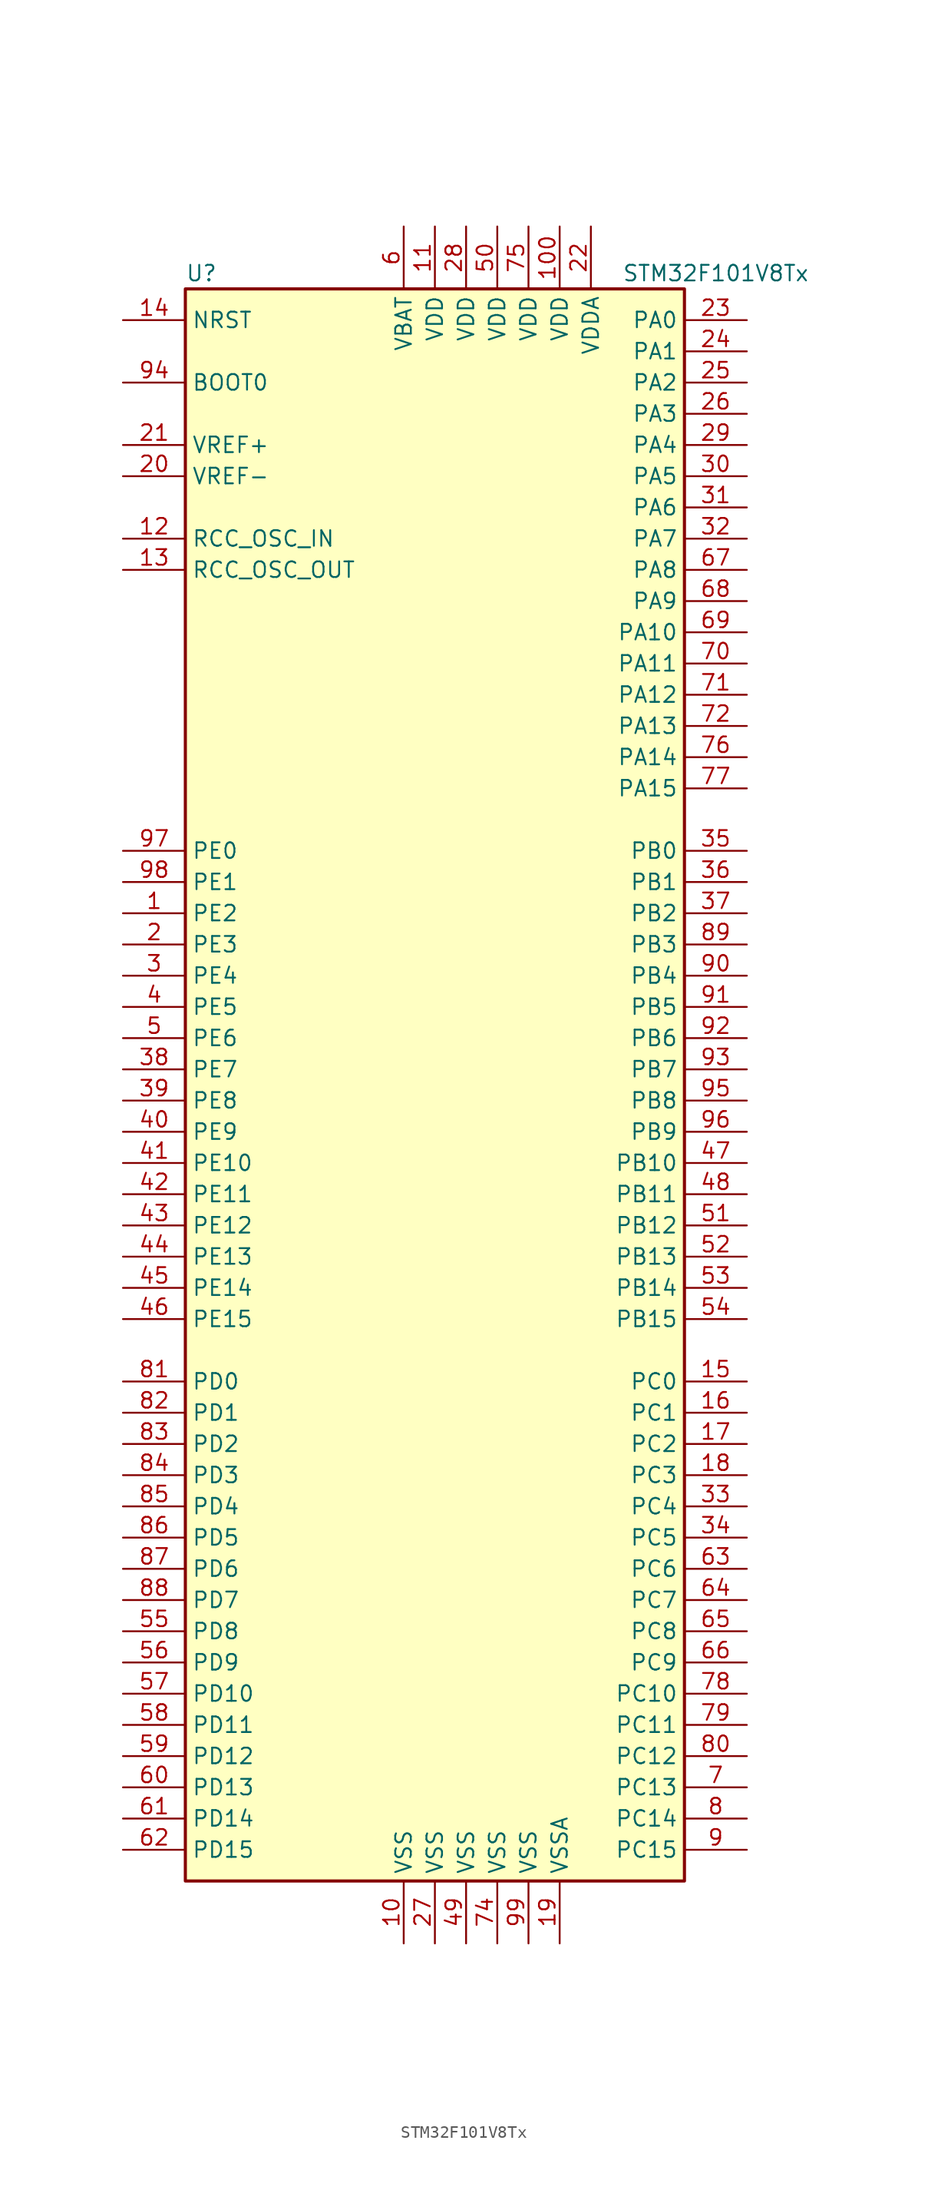
<source format=kicad_sym>
(kicad_symbol_lib
  (version 20201005)
  (generator kicad_symbol_editor)
  (symbol "STM32F101V8Tx"
    (property "Reference" "U"
      (at -20.32 64.77 0)
      (effects (font (size 1.27 1.27)) (justify left)))
    (property "Value" "STM32F101V8Tx"
      (at 15.24 64.77 0)
      (effects (font (size 1.27 1.27)) (justify left)))
    (symbol "STM32F101V8Tx_0_1"
      (rectangle (start -20.32 -66.04) (end 20.32 63.5) (stroke (width 0.254)) (fill (type background))))
    (symbol "STM32F101V8Tx_1_1"
      (pin input line (at -25.4 55.88 0) (length 5.08) (name "BOOT0" (effects (font (size 1.27 1.27)))) (number "94" (effects (font (size 1.27 1.27)))))
      (pin no_connect line (at -20.32 -63.5 0) (length 5.08) hide (name "NC" (effects (font (size 1.27 1.27)))) (number "73" (effects (font (size 1.27 1.27)))))
      (pin input line (at -25.4 60.96 0) (length 5.08) (name "NRST" (effects (font (size 1.27 1.27)))) (number "14" (effects (font (size 1.27 1.27)))))
      (pin bidirectional line (at 25.4 60.96 180) (length 5.08) (name "PA0" (effects (font (size 1.27 1.27)))) (number "23" (effects (font (size 1.27 1.27)))))
      (pin bidirectional line (at 25.4 58.42 180) (length 5.08) (name "PA1" (effects (font (size 1.27 1.27)))) (number "24" (effects (font (size 1.27 1.27)))))
      (pin bidirectional line (at 25.4 35.56 180) (length 5.08) (name "PA10" (effects (font (size 1.27 1.27)))) (number "69" (effects (font (size 1.27 1.27)))))
      (pin bidirectional line (at 25.4 33.02 180) (length 5.08) (name "PA11" (effects (font (size 1.27 1.27)))) (number "70" (effects (font (size 1.27 1.27)))))
      (pin bidirectional line (at 25.4 30.48 180) (length 5.08) (name "PA12" (effects (font (size 1.27 1.27)))) (number "71" (effects (font (size 1.27 1.27)))))
      (pin bidirectional line (at 25.4 27.94 180) (length 5.08) (name "PA13" (effects (font (size 1.27 1.27)))) (number "72" (effects (font (size 1.27 1.27)))))
      (pin bidirectional line (at 25.4 25.4 180) (length 5.08) (name "PA14" (effects (font (size 1.27 1.27)))) (number "76" (effects (font (size 1.27 1.27)))))
      (pin bidirectional line (at 25.4 22.86 180) (length 5.08) (name "PA15" (effects (font (size 1.27 1.27)))) (number "77" (effects (font (size 1.27 1.27)))))
      (pin bidirectional line (at 25.4 55.88 180) (length 5.08) (name "PA2" (effects (font (size 1.27 1.27)))) (number "25" (effects (font (size 1.27 1.27)))))
      (pin bidirectional line (at 25.4 53.34 180) (length 5.08) (name "PA3" (effects (font (size 1.27 1.27)))) (number "26" (effects (font (size 1.27 1.27)))))
      (pin bidirectional line (at 25.4 50.8 180) (length 5.08) (name "PA4" (effects (font (size 1.27 1.27)))) (number "29" (effects (font (size 1.27 1.27)))))
      (pin bidirectional line (at 25.4 48.26 180) (length 5.08) (name "PA5" (effects (font (size 1.27 1.27)))) (number "30" (effects (font (size 1.27 1.27)))))
      (pin bidirectional line (at 25.4 45.72 180) (length 5.08) (name "PA6" (effects (font (size 1.27 1.27)))) (number "31" (effects (font (size 1.27 1.27)))))
      (pin bidirectional line (at 25.4 43.18 180) (length 5.08) (name "PA7" (effects (font (size 1.27 1.27)))) (number "32" (effects (font (size 1.27 1.27)))))
      (pin bidirectional line (at 25.4 40.64 180) (length 5.08) (name "PA8" (effects (font (size 1.27 1.27)))) (number "67" (effects (font (size 1.27 1.27)))))
      (pin bidirectional line (at 25.4 38.1 180) (length 5.08) (name "PA9" (effects (font (size 1.27 1.27)))) (number "68" (effects (font (size 1.27 1.27)))))
      (pin bidirectional line (at 25.4 17.78 180) (length 5.08) (name "PB0" (effects (font (size 1.27 1.27)))) (number "35" (effects (font (size 1.27 1.27)))))
      (pin bidirectional line (at 25.4 15.24 180) (length 5.08) (name "PB1" (effects (font (size 1.27 1.27)))) (number "36" (effects (font (size 1.27 1.27)))))
      (pin bidirectional line (at 25.4 -7.62 180) (length 5.08) (name "PB10" (effects (font (size 1.27 1.27)))) (number "47" (effects (font (size 1.27 1.27)))))
      (pin bidirectional line (at 25.4 -10.16 180) (length 5.08) (name "PB11" (effects (font (size 1.27 1.27)))) (number "48" (effects (font (size 1.27 1.27)))))
      (pin bidirectional line (at 25.4 -12.7 180) (length 5.08) (name "PB12" (effects (font (size 1.27 1.27)))) (number "51" (effects (font (size 1.27 1.27)))))
      (pin bidirectional line (at 25.4 -15.24 180) (length 5.08) (name "PB13" (effects (font (size 1.27 1.27)))) (number "52" (effects (font (size 1.27 1.27)))))
      (pin bidirectional line (at 25.4 -17.78 180) (length 5.08) (name "PB14" (effects (font (size 1.27 1.27)))) (number "53" (effects (font (size 1.27 1.27)))))
      (pin bidirectional line (at 25.4 -20.32 180) (length 5.08) (name "PB15" (effects (font (size 1.27 1.27)))) (number "54" (effects (font (size 1.27 1.27)))))
      (pin bidirectional line (at 25.4 12.7 180) (length 5.08) (name "PB2" (effects (font (size 1.27 1.27)))) (number "37" (effects (font (size 1.27 1.27)))))
      (pin bidirectional line (at 25.4 10.16 180) (length 5.08) (name "PB3" (effects (font (size 1.27 1.27)))) (number "89" (effects (font (size 1.27 1.27)))))
      (pin bidirectional line (at 25.4 7.62 180) (length 5.08) (name "PB4" (effects (font (size 1.27 1.27)))) (number "90" (effects (font (size 1.27 1.27)))))
      (pin bidirectional line (at 25.4 5.08 180) (length 5.08) (name "PB5" (effects (font (size 1.27 1.27)))) (number "91" (effects (font (size 1.27 1.27)))))
      (pin bidirectional line (at 25.4 2.54 180) (length 5.08) (name "PB6" (effects (font (size 1.27 1.27)))) (number "92" (effects (font (size 1.27 1.27)))))
      (pin bidirectional line (at 25.4 0 180) (length 5.08) (name "PB7" (effects (font (size 1.27 1.27)))) (number "93" (effects (font (size 1.27 1.27)))))
      (pin bidirectional line (at 25.4 -2.54 180) (length 5.08) (name "PB8" (effects (font (size 1.27 1.27)))) (number "95" (effects (font (size 1.27 1.27)))))
      (pin bidirectional line (at 25.4 -5.08 180) (length 5.08) (name "PB9" (effects (font (size 1.27 1.27)))) (number "96" (effects (font (size 1.27 1.27)))))
      (pin bidirectional line (at 25.4 -25.4 180) (length 5.08) (name "PC0" (effects (font (size 1.27 1.27)))) (number "15" (effects (font (size 1.27 1.27)))))
      (pin bidirectional line (at 25.4 -27.94 180) (length 5.08) (name "PC1" (effects (font (size 1.27 1.27)))) (number "16" (effects (font (size 1.27 1.27)))))
      (pin bidirectional line (at 25.4 -50.8 180) (length 5.08) (name "PC10" (effects (font (size 1.27 1.27)))) (number "78" (effects (font (size 1.27 1.27)))))
      (pin bidirectional line (at 25.4 -53.34 180) (length 5.08) (name "PC11" (effects (font (size 1.27 1.27)))) (number "79" (effects (font (size 1.27 1.27)))))
      (pin bidirectional line (at 25.4 -55.88 180) (length 5.08) (name "PC12" (effects (font (size 1.27 1.27)))) (number "80" (effects (font (size 1.27 1.27)))))
      (pin bidirectional line (at 25.4 -58.42 180) (length 5.08) (name "PC13" (effects (font (size 1.27 1.27)))) (number "7" (effects (font (size 1.27 1.27)))))
      (pin bidirectional line (at 25.4 -60.96 180) (length 5.08) (name "PC14" (effects (font (size 1.27 1.27)))) (number "8" (effects (font (size 1.27 1.27)))))
      (pin bidirectional line (at 25.4 -63.5 180) (length 5.08) (name "PC15" (effects (font (size 1.27 1.27)))) (number "9" (effects (font (size 1.27 1.27)))))
      (pin bidirectional line (at 25.4 -30.48 180) (length 5.08) (name "PC2" (effects (font (size 1.27 1.27)))) (number "17" (effects (font (size 1.27 1.27)))))
      (pin bidirectional line (at 25.4 -33.02 180) (length 5.08) (name "PC3" (effects (font (size 1.27 1.27)))) (number "18" (effects (font (size 1.27 1.27)))))
      (pin bidirectional line (at 25.4 -35.56 180) (length 5.08) (name "PC4" (effects (font (size 1.27 1.27)))) (number "33" (effects (font (size 1.27 1.27)))))
      (pin bidirectional line (at 25.4 -38.1 180) (length 5.08) (name "PC5" (effects (font (size 1.27 1.27)))) (number "34" (effects (font (size 1.27 1.27)))))
      (pin bidirectional line (at 25.4 -40.64 180) (length 5.08) (name "PC6" (effects (font (size 1.27 1.27)))) (number "63" (effects (font (size 1.27 1.27)))))
      (pin bidirectional line (at 25.4 -43.18 180) (length 5.08) (name "PC7" (effects (font (size 1.27 1.27)))) (number "64" (effects (font (size 1.27 1.27)))))
      (pin bidirectional line (at 25.4 -45.72 180) (length 5.08) (name "PC8" (effects (font (size 1.27 1.27)))) (number "65" (effects (font (size 1.27 1.27)))))
      (pin bidirectional line (at 25.4 -48.26 180) (length 5.08) (name "PC9" (effects (font (size 1.27 1.27)))) (number "66" (effects (font (size 1.27 1.27)))))
      (pin bidirectional line (at -25.4 -25.4 0) (length 5.08) (name "PD0" (effects (font (size 1.27 1.27)))) (number "81" (effects (font (size 1.27 1.27)))))
      (pin bidirectional line (at -25.4 -27.94 0) (length 5.08) (name "PD1" (effects (font (size 1.27 1.27)))) (number "82" (effects (font (size 1.27 1.27)))))
      (pin bidirectional line (at -25.4 -50.8 0) (length 5.08) (name "PD10" (effects (font (size 1.27 1.27)))) (number "57" (effects (font (size 1.27 1.27)))))
      (pin bidirectional line (at -25.4 -53.34 0) (length 5.08) (name "PD11" (effects (font (size 1.27 1.27)))) (number "58" (effects (font (size 1.27 1.27)))))
      (pin bidirectional line (at -25.4 -55.88 0) (length 5.08) (name "PD12" (effects (font (size 1.27 1.27)))) (number "59" (effects (font (size 1.27 1.27)))))
      (pin bidirectional line (at -25.4 -58.42 0) (length 5.08) (name "PD13" (effects (font (size 1.27 1.27)))) (number "60" (effects (font (size 1.27 1.27)))))
      (pin bidirectional line (at -25.4 -60.96 0) (length 5.08) (name "PD14" (effects (font (size 1.27 1.27)))) (number "61" (effects (font (size 1.27 1.27)))))
      (pin bidirectional line (at -25.4 -63.5 0) (length 5.08) (name "PD15" (effects (font (size 1.27 1.27)))) (number "62" (effects (font (size 1.27 1.27)))))
      (pin bidirectional line (at -25.4 -30.48 0) (length 5.08) (name "PD2" (effects (font (size 1.27 1.27)))) (number "83" (effects (font (size 1.27 1.27)))))
      (pin bidirectional line (at -25.4 -33.02 0) (length 5.08) (name "PD3" (effects (font (size 1.27 1.27)))) (number "84" (effects (font (size 1.27 1.27)))))
      (pin bidirectional line (at -25.4 -35.56 0) (length 5.08) (name "PD4" (effects (font (size 1.27 1.27)))) (number "85" (effects (font (size 1.27 1.27)))))
      (pin bidirectional line (at -25.4 -38.1 0) (length 5.08) (name "PD5" (effects (font (size 1.27 1.27)))) (number "86" (effects (font (size 1.27 1.27)))))
      (pin bidirectional line (at -25.4 -40.64 0) (length 5.08) (name "PD6" (effects (font (size 1.27 1.27)))) (number "87" (effects (font (size 1.27 1.27)))))
      (pin bidirectional line (at -25.4 -43.18 0) (length 5.08) (name "PD7" (effects (font (size 1.27 1.27)))) (number "88" (effects (font (size 1.27 1.27)))))
      (pin bidirectional line (at -25.4 -45.72 0) (length 5.08) (name "PD8" (effects (font (size 1.27 1.27)))) (number "55" (effects (font (size 1.27 1.27)))))
      (pin bidirectional line (at -25.4 -48.26 0) (length 5.08) (name "PD9" (effects (font (size 1.27 1.27)))) (number "56" (effects (font (size 1.27 1.27)))))
      (pin bidirectional line (at -25.4 17.78 0) (length 5.08) (name "PE0" (effects (font (size 1.27 1.27)))) (number "97" (effects (font (size 1.27 1.27)))))
      (pin bidirectional line (at -25.4 15.24 0) (length 5.08) (name "PE1" (effects (font (size 1.27 1.27)))) (number "98" (effects (font (size 1.27 1.27)))))
      (pin bidirectional line (at -25.4 -7.62 0) (length 5.08) (name "PE10" (effects (font (size 1.27 1.27)))) (number "41" (effects (font (size 1.27 1.27)))))
      (pin bidirectional line (at -25.4 -10.16 0) (length 5.08) (name "PE11" (effects (font (size 1.27 1.27)))) (number "42" (effects (font (size 1.27 1.27)))))
      (pin bidirectional line (at -25.4 -12.7 0) (length 5.08) (name "PE12" (effects (font (size 1.27 1.27)))) (number "43" (effects (font (size 1.27 1.27)))))
      (pin bidirectional line (at -25.4 -15.24 0) (length 5.08) (name "PE13" (effects (font (size 1.27 1.27)))) (number "44" (effects (font (size 1.27 1.27)))))
      (pin bidirectional line (at -25.4 -17.78 0) (length 5.08) (name "PE14" (effects (font (size 1.27 1.27)))) (number "45" (effects (font (size 1.27 1.27)))))
      (pin bidirectional line (at -25.4 -20.32 0) (length 5.08) (name "PE15" (effects (font (size 1.27 1.27)))) (number "46" (effects (font (size 1.27 1.27)))))
      (pin bidirectional line (at -25.4 12.7 0) (length 5.08) (name "PE2" (effects (font (size 1.27 1.27)))) (number "1" (effects (font (size 1.27 1.27)))))
      (pin bidirectional line (at -25.4 10.16 0) (length 5.08) (name "PE3" (effects (font (size 1.27 1.27)))) (number "2" (effects (font (size 1.27 1.27)))))
      (pin bidirectional line (at -25.4 7.62 0) (length 5.08) (name "PE4" (effects (font (size 1.27 1.27)))) (number "3" (effects (font (size 1.27 1.27)))))
      (pin bidirectional line (at -25.4 5.08 0) (length 5.08) (name "PE5" (effects (font (size 1.27 1.27)))) (number "4" (effects (font (size 1.27 1.27)))))
      (pin bidirectional line (at -25.4 2.54 0) (length 5.08) (name "PE6" (effects (font (size 1.27 1.27)))) (number "5" (effects (font (size 1.27 1.27)))))
      (pin bidirectional line (at -25.4 0 0) (length 5.08) (name "PE7" (effects (font (size 1.27 1.27)))) (number "38" (effects (font (size 1.27 1.27)))))
      (pin bidirectional line (at -25.4 -2.54 0) (length 5.08) (name "PE8" (effects (font (size 1.27 1.27)))) (number "39" (effects (font (size 1.27 1.27)))))
      (pin bidirectional line (at -25.4 -5.08 0) (length 5.08) (name "PE9" (effects (font (size 1.27 1.27)))) (number "40" (effects (font (size 1.27 1.27)))))
      (pin input line (at -25.4 43.18 0) (length 5.08) (name "RCC_OSC_IN" (effects (font (size 1.27 1.27)))) (number "12" (effects (font (size 1.27 1.27)))))
      (pin input line (at -25.4 40.64 0) (length 5.08) (name "RCC_OSC_OUT" (effects (font (size 1.27 1.27)))) (number "13" (effects (font (size 1.27 1.27)))))
      (pin power_in line (at -2.54 68.58 270) (length 5.08) (name "VBAT" (effects (font (size 1.27 1.27)))) (number "6" (effects (font (size 1.27 1.27)))))
      (pin power_in line (at 10.16 68.58 270) (length 5.08) (name "VDD" (effects (font (size 1.27 1.27)))) (number "100" (effects (font (size 1.27 1.27)))))
      (pin power_in line (at 0 68.58 270) (length 5.08) (name "VDD" (effects (font (size 1.27 1.27)))) (number "11" (effects (font (size 1.27 1.27)))))
      (pin power_in line (at 2.54 68.58 270) (length 5.08) (name "VDD" (effects (font (size 1.27 1.27)))) (number "28" (effects (font (size 1.27 1.27)))))
      (pin power_in line (at 5.08 68.58 270) (length 5.08) (name "VDD" (effects (font (size 1.27 1.27)))) (number "50" (effects (font (size 1.27 1.27)))))
      (pin power_in line (at 7.62 68.58 270) (length 5.08) (name "VDD" (effects (font (size 1.27 1.27)))) (number "75" (effects (font (size 1.27 1.27)))))
      (pin power_in line (at 12.7 68.58 270) (length 5.08) (name "VDDA" (effects (font (size 1.27 1.27)))) (number "22" (effects (font (size 1.27 1.27)))))
      (pin power_in line (at -25.4 50.8 0) (length 5.08) (name "VREF+" (effects (font (size 1.27 1.27)))) (number "21" (effects (font (size 1.27 1.27)))))
      (pin power_in line (at -25.4 48.26 0) (length 5.08) (name "VREF-" (effects (font (size 1.27 1.27)))) (number "20" (effects (font (size 1.27 1.27)))))
      (pin power_in line (at -2.54 -71.12 90) (length 5.08) (name "VSS" (effects (font (size 1.27 1.27)))) (number "10" (effects (font (size 1.27 1.27)))))
      (pin power_in line (at 0 -71.12 90) (length 5.08) (name "VSS" (effects (font (size 1.27 1.27)))) (number "27" (effects (font (size 1.27 1.27)))))
      (pin power_in line (at 2.54 -71.12 90) (length 5.08) (name "VSS" (effects (font (size 1.27 1.27)))) (number "49" (effects (font (size 1.27 1.27)))))
      (pin power_in line (at 5.08 -71.12 90) (length 5.08) (name "VSS" (effects (font (size 1.27 1.27)))) (number "74" (effects (font (size 1.27 1.27)))))
      (pin power_in line (at 7.62 -71.12 90) (length 5.08) (name "VSS" (effects (font (size 1.27 1.27)))) (number "99" (effects (font (size 1.27 1.27)))))
      (pin power_in line (at 10.16 -71.12 90) (length 5.08) (name "VSSA" (effects (font (size 1.27 1.27)))) (number "19" (effects (font (size 1.27 1.27))))))))
</source>
